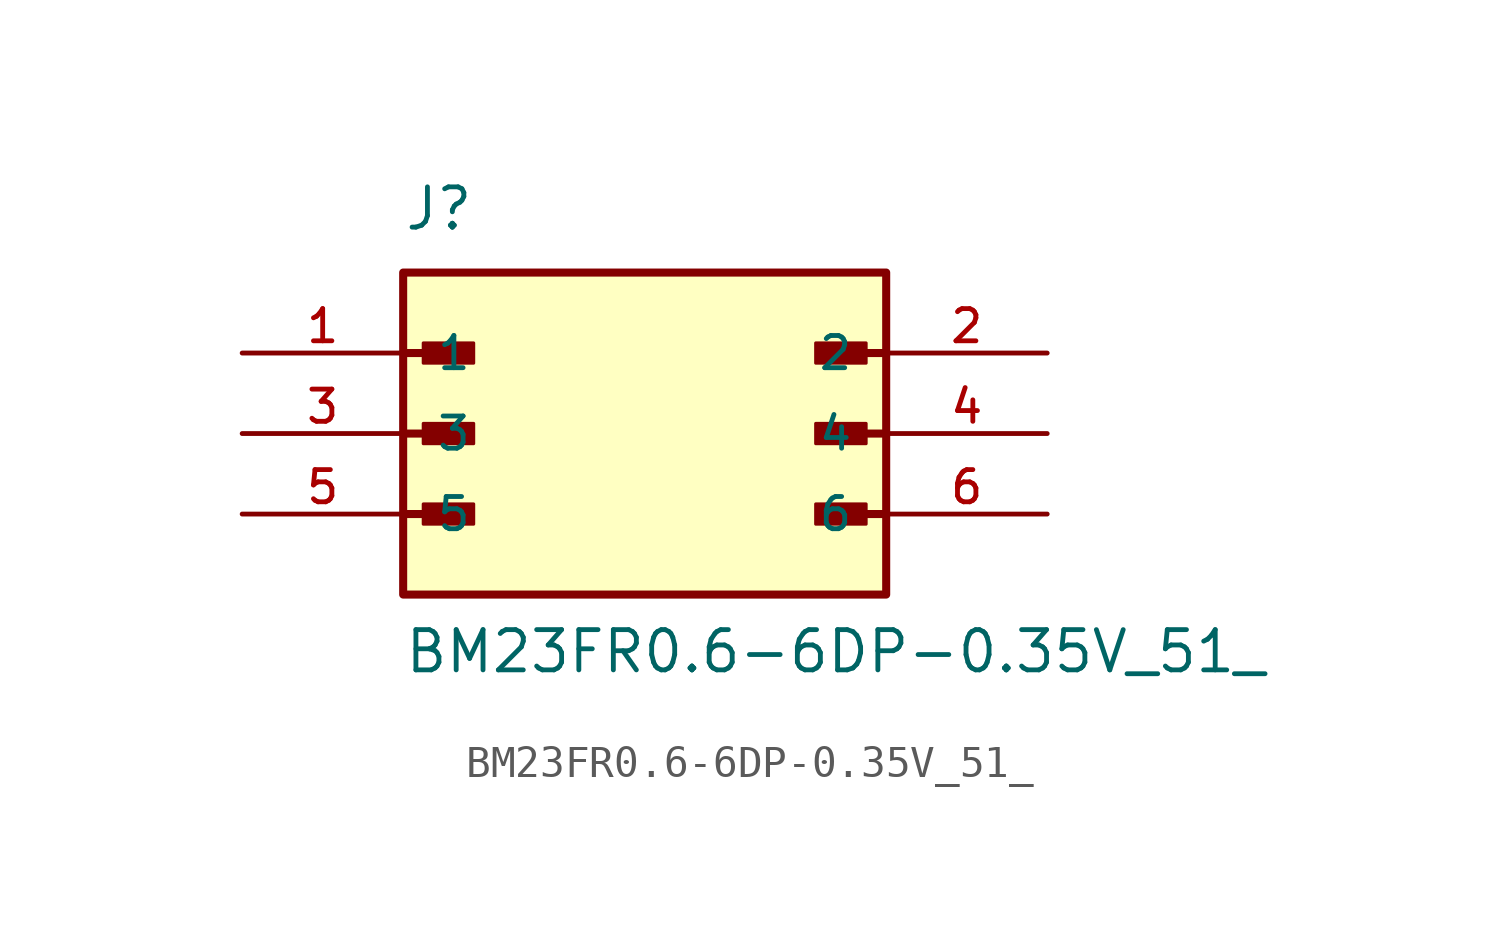
<source format=kicad_sym>
(kicad_symbol_lib
  (version 20211014)
  (generator kicad_symbol_editor)
  (symbol "BM23FR0.6-6DP-0.35V_51_"
    (pin_names
      (offset 1.016))
    (property "Reference" "J"
      (at -7.62 6.35 0)
      (effects (font (size 1.27 1.27)) (justify bottom left)))
    (property "Value" "BM23FR0.6-6DP-0.35V_51_"
      (at -7.62 -7.62 0)
      (effects (font (size 1.27 1.27)) (justify bottom left)))
    (symbol "BM23FR0.6-6DP-0.35V_51__0_0"
      (polyline (pts (xy -7.62 2.54) (xy -5.715 2.54)) (stroke (width 0.254)))
      (rectangle (start -6.985 2.223) (end -5.397 2.857) (stroke (width 0.1)) (fill (type outline)))
      (polyline (pts (xy -7.62 0.0) (xy -5.715 0.0)) (stroke (width 0.254)))
      (rectangle (start -6.985 -0.318) (end -5.397 0.318) (stroke (width 0.1)) (fill (type outline)))
      (polyline (pts (xy -7.62 -2.54) (xy -5.715 -2.54)) (stroke (width 0.254)))
      (rectangle (start -6.985 -2.857) (end -5.397 -2.223) (stroke (width 0.1)) (fill (type outline)))
      (polyline (pts (xy 7.62 -2.54) (xy 5.715 -2.54)) (stroke (width 0.254)))
      (rectangle (start 5.397 -2.857) (end 6.985 -2.223) (stroke (width 0.1)) (fill (type outline)))
      (polyline (pts (xy 7.62 0.0) (xy 5.715 0.0)) (stroke (width 0.254)))
      (rectangle (start 5.397 -0.318) (end 6.985 0.318) (stroke (width 0.1)) (fill (type outline)))
      (polyline (pts (xy 7.62 2.54) (xy 5.715 2.54)) (stroke (width 0.254)))
      (rectangle (start 5.397 2.223) (end 6.985 2.857) (stroke (width 0.1)) (fill (type outline)))
      (rectangle (start -7.62 -5.08) (end 7.62 5.08) (stroke (width 0.254)) (fill (type background)))
      (pin passive line (at -12.7 2.54 0) (length 5.08) (name "1" (effects (font (size 1.016 1.016)))) (number "1" (effects (font (size 1.016 1.016)))))
      (pin passive line (at 12.7 2.54 180.0) (length 5.08) (name "2" (effects (font (size 1.016 1.016)))) (number "2" (effects (font (size 1.016 1.016)))))
      (pin passive line (at -12.7 0.0 0) (length 5.08) (name "3" (effects (font (size 1.016 1.016)))) (number "3" (effects (font (size 1.016 1.016)))))
      (pin passive line (at 12.7 0.0 180.0) (length 5.08) (name "4" (effects (font (size 1.016 1.016)))) (number "4" (effects (font (size 1.016 1.016)))))
      (pin passive line (at -12.7 -2.54 0) (length 5.08) (name "5" (effects (font (size 1.016 1.016)))) (number "5" (effects (font (size 1.016 1.016)))))
      (pin passive line (at 12.7 -2.54 180.0) (length 5.08) (name "6" (effects (font (size 1.016 1.016)))) (number "6" (effects (font (size 1.016 1.016))))))))
</source>
